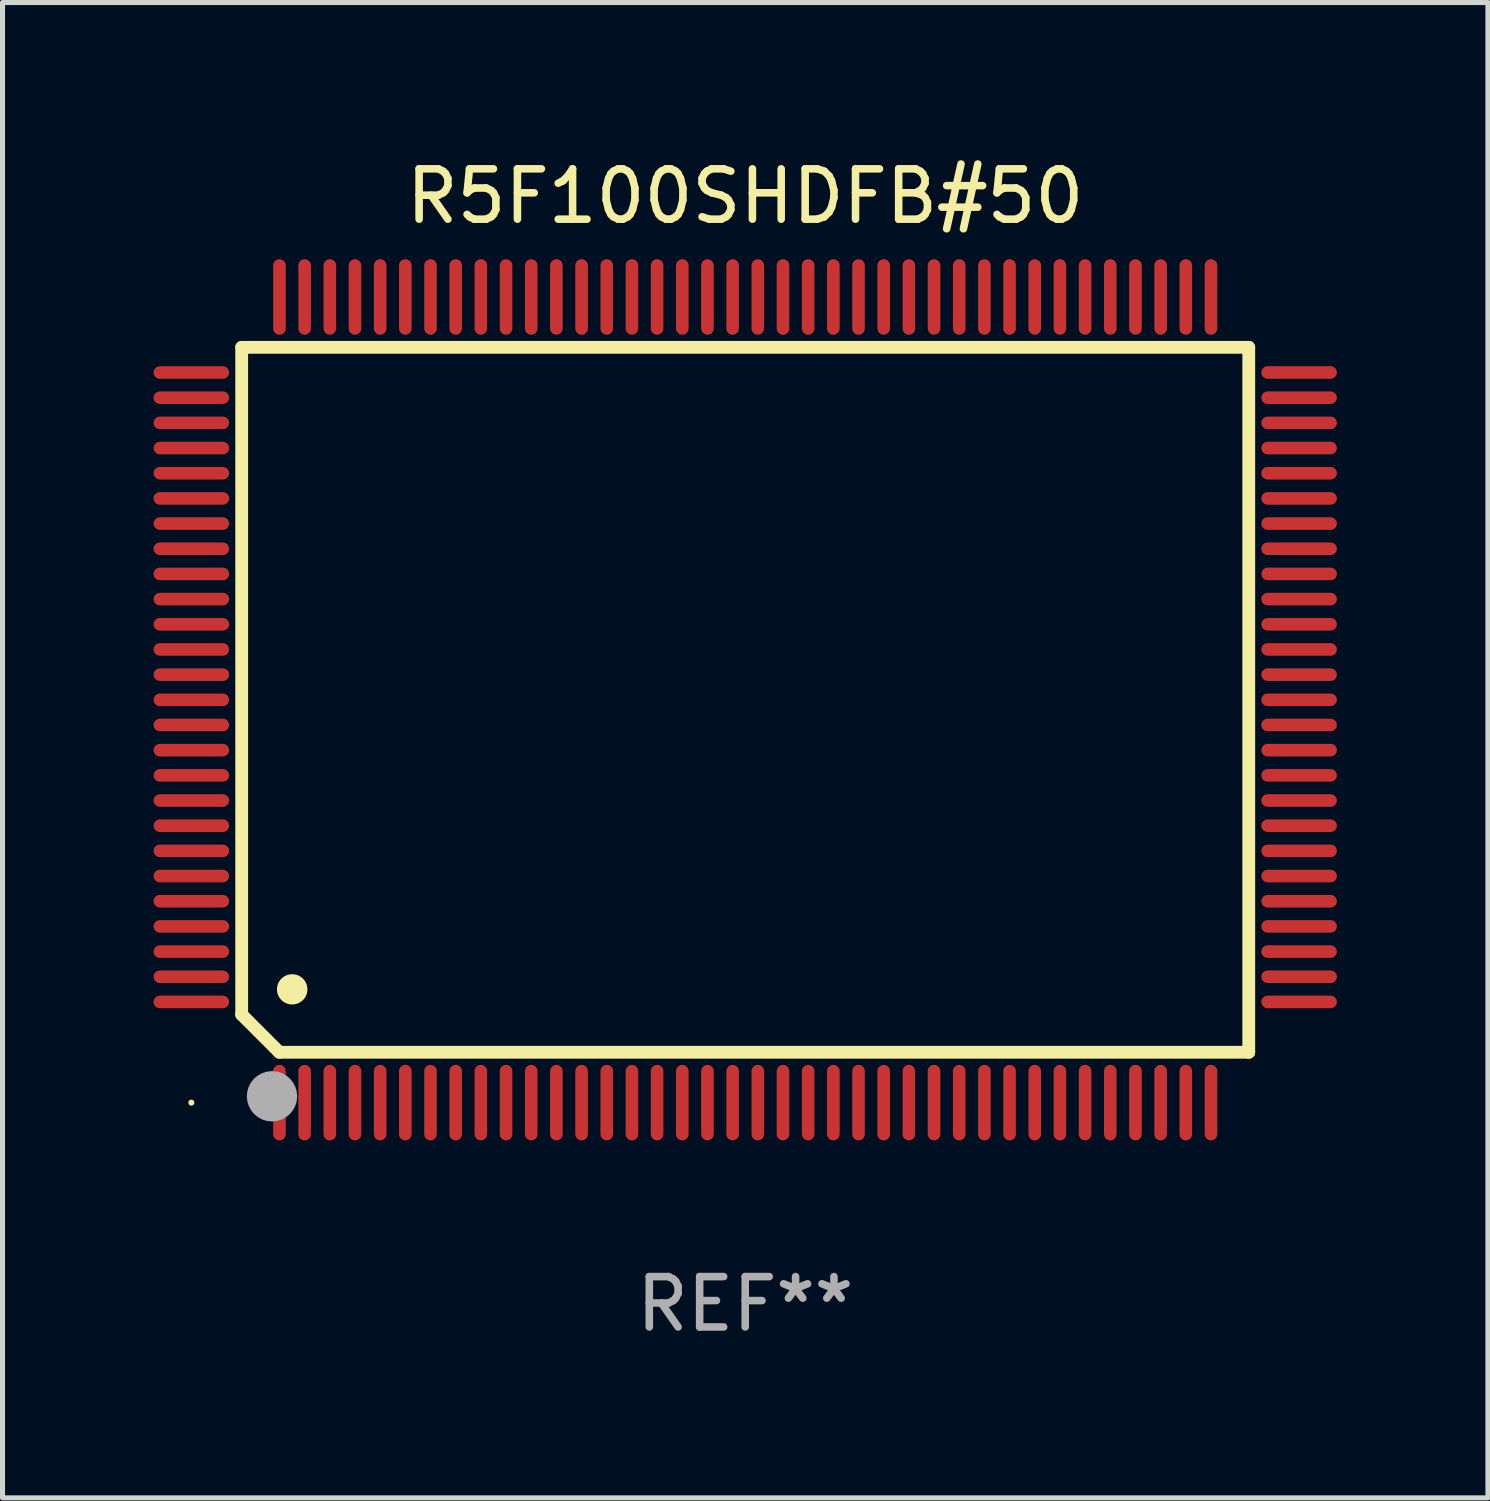
<source format=kicad_pcb>
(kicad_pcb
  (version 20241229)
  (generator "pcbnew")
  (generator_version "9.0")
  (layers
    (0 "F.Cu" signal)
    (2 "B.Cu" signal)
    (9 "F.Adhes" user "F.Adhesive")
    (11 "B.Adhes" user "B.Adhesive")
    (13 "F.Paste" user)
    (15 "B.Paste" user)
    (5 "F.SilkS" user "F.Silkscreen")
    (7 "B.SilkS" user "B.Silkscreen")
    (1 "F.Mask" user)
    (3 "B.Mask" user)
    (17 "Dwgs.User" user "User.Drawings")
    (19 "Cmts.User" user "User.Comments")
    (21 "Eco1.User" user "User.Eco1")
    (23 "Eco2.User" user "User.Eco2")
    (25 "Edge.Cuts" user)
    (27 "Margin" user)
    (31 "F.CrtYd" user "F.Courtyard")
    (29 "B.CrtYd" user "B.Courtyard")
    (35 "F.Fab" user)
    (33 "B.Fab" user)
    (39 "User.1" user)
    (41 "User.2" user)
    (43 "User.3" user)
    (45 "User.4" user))
  (footprint "R5F100SHDFB#50"
    (layer "F.Cu")
    (at 11.75 10.848)
    (property "Reference" "R5F100SHDFB#50" (at 0 -10 0) (layer "F.SilkS") (effects (font (size 1 1) (thickness 0.15))))
    (attr through_hole)
    (fp_line (start -10 -7) (end -10 6.25) (stroke (width 0.254) (type solid)) (layer "F.SilkS"))
    (fp_line (start -10 -7) (end 10 -7) (stroke (width 0.254) (type solid)) (layer "F.SilkS"))
    (fp_line (start -9.252 7) (end -10 6.252) (stroke (width 0.254) (type solid)) (layer "F.SilkS"))
    (fp_line (start 10 -7) (end 10 7) (stroke (width 0.254) (type solid)) (layer "F.SilkS"))
    (fp_line (start 10 7) (end -9.252 7) (stroke (width 0.254) (type solid)) (layer "F.SilkS"))
    (fp_arc (start -9.000025 5.750013) (mid -8.997485 5.750002) (end -8.994945 5.750013) (stroke (width 0.6) (type solid)) (layer "F.SilkS"))
    (fp_circle (center -11 8) (end -10.97 8) (stroke (width 0.06) (type solid)) (fill no) (layer "F.SilkS"))
    (fp_circle (center -9.398 7.874) (end -9.148 7.874) (stroke (width 0.5) (type solid)) (fill no) (layer "F.Fab"))
    (fp_text user "REF**" (at 0 12 0) (layer "F.Fab") (effects (font (size 1 1) (thickness 0.15))))
    (pad "1" smd oval (at -9.25 8) (size 0.25 1.5) (layers "F.Cu" "F.Mask" "F.Paste"))
    (pad "2" smd oval (at -8.75 8) (size 0.25 1.5) (layers "F.Cu" "F.Mask" "F.Paste"))
    (pad "3" smd oval (at -8.25 8) (size 0.25 1.5) (layers "F.Cu" "F.Mask" "F.Paste"))
    (pad "4" smd oval (at -7.75 8) (size 0.25 1.5) (layers "F.Cu" "F.Mask" "F.Paste"))
    (pad "5" smd oval (at -7.25 8) (size 0.25 1.5) (layers "F.Cu" "F.Mask" "F.Paste"))
    (pad "6" smd oval (at -6.75 8) (size 0.25 1.5) (layers "F.Cu" "F.Mask" "F.Paste"))
    (pad "7" smd oval (at -6.25 8) (size 0.25 1.5) (layers "F.Cu" "F.Mask" "F.Paste"))
    (pad "8" smd oval (at -5.75 8) (size 0.25 1.5) (layers "F.Cu" "F.Mask" "F.Paste"))
    (pad "9" smd oval (at -5.25 8) (size 0.25 1.5) (layers "F.Cu" "F.Mask" "F.Paste"))
    (pad "10" smd oval (at -4.75 8) (size 0.25 1.5) (layers "F.Cu" "F.Mask" "F.Paste"))
    (pad "11" smd oval (at -4.25 8) (size 0.25 1.5) (layers "F.Cu" "F.Mask" "F.Paste"))
    (pad "12" smd oval (at -3.75 8) (size 0.25 1.5) (layers "F.Cu" "F.Mask" "F.Paste"))
    (pad "13" smd oval (at -3.25 8) (size 0.25 1.5) (layers "F.Cu" "F.Mask" "F.Paste"))
    (pad "14" smd oval (at -2.75 8) (size 0.25 1.5) (layers "F.Cu" "F.Mask" "F.Paste"))
    (pad "15" smd oval (at -2.25 8) (size 0.25 1.5) (layers "F.Cu" "F.Mask" "F.Paste"))
    (pad "16" smd oval (at -1.75 8) (size 0.25 1.5) (layers "F.Cu" "F.Mask" "F.Paste"))
    (pad "17" smd oval (at -1.25 8) (size 0.25 1.5) (layers "F.Cu" "F.Mask" "F.Paste"))
    (pad "18" smd oval (at -0.75 8) (size 0.25 1.5) (layers "F.Cu" "F.Mask" "F.Paste"))
    (pad "19" smd oval (at -0.25 8) (size 0.25 1.5) (layers "F.Cu" "F.Mask" "F.Paste"))
    (pad "20" smd oval (at 0.25 8) (size 0.25 1.5) (layers "F.Cu" "F.Mask" "F.Paste"))
    (pad "21" smd oval (at 0.75 8) (size 0.25 1.5) (layers "F.Cu" "F.Mask" "F.Paste"))
    (pad "22" smd oval (at 1.25 8) (size 0.25 1.5) (layers "F.Cu" "F.Mask" "F.Paste"))
    (pad "23" smd oval (at 1.75 8) (size 0.25 1.5) (layers "F.Cu" "F.Mask" "F.Paste"))
    (pad "24" smd oval (at 2.25 8) (size 0.25 1.5) (layers "F.Cu" "F.Mask" "F.Paste"))
    (pad "25" smd oval (at 2.75 8) (size 0.25 1.5) (layers "F.Cu" "F.Mask" "F.Paste"))
    (pad "26" smd oval (at 3.25 8) (size 0.25 1.5) (layers "F.Cu" "F.Mask" "F.Paste"))
    (pad "27" smd oval (at 3.75 8) (size 0.25 1.5) (layers "F.Cu" "F.Mask" "F.Paste"))
    (pad "28" smd oval (at 4.25 8) (size 0.25 1.5) (layers "F.Cu" "F.Mask" "F.Paste"))
    (pad "29" smd oval (at 4.75 8) (size 0.25 1.5) (layers "F.Cu" "F.Mask" "F.Paste"))
    (pad "30" smd oval (at 5.25 8) (size 0.25 1.5) (layers "F.Cu" "F.Mask" "F.Paste"))
    (pad "31" smd oval (at 5.75 8) (size 0.25 1.5) (layers "F.Cu" "F.Mask" "F.Paste"))
    (pad "32" smd oval (at 6.25 8) (size 0.25 1.5) (layers "F.Cu" "F.Mask" "F.Paste"))
    (pad "33" smd oval (at 6.75 8 180) (size 0.25 1.5) (layers "F.Cu" "F.Mask" "F.Paste"))
    (pad "34" smd oval (at 7.25 8 180) (size 0.25 1.5) (layers "F.Cu" "F.Mask" "F.Paste"))
    (pad "35" smd oval (at 7.75 8 180) (size 0.25 1.5) (layers "F.Cu" "F.Mask" "F.Paste"))
    (pad "36" smd oval (at 8.25 8 180) (size 0.25 1.5) (layers "F.Cu" "F.Mask" "F.Paste"))
    (pad "37" smd oval (at 8.75 8 180) (size 0.25 1.5) (layers "F.Cu" "F.Mask" "F.Paste"))
    (pad "38" smd oval (at 9.25 8 180) (size 0.25 1.5) (layers "F.Cu" "F.Mask" "F.Paste"))
    (pad "39" smd oval (at 11 6 270) (size 0.25 1.5) (layers "F.Cu" "F.Mask" "F.Paste"))
    (pad "40" smd oval (at 11 5.5 270) (size 0.25 1.5) (layers "F.Cu" "F.Mask" "F.Paste"))
    (pad "41" smd oval (at 11 5 270) (size 0.25 1.5) (layers "F.Cu" "F.Mask" "F.Paste"))
    (pad "42" smd oval (at 11 4.5 270) (size 0.25 1.5) (layers "F.Cu" "F.Mask" "F.Paste"))
    (pad "43" smd oval (at 11 4 270) (size 0.25 1.5) (layers "F.Cu" "F.Mask" "F.Paste"))
    (pad "44" smd oval (at 11 3.5 270) (size 0.25 1.5) (layers "F.Cu" "F.Mask" "F.Paste"))
    (pad "45" smd oval (at 11 3 270) (size 0.25 1.5) (layers "F.Cu" "F.Mask" "F.Paste"))
    (pad "46" smd oval (at 11 2.5 270) (size 0.25 1.5) (layers "F.Cu" "F.Mask" "F.Paste"))
    (pad "47" smd oval (at 11 2 270) (size 0.25 1.5) (layers "F.Cu" "F.Mask" "F.Paste"))
    (pad "48" smd oval (at 11 1.5 270) (size 0.25 1.5) (layers "F.Cu" "F.Mask" "F.Paste"))
    (pad "49" smd oval (at 11 1 270) (size 0.25 1.5) (layers "F.Cu" "F.Mask" "F.Paste"))
    (pad "50" smd oval (at 11 0.5 270) (size 0.25 1.5) (layers "F.Cu" "F.Mask" "F.Paste"))
    (pad "51" smd oval (at 11 0 270) (size 0.25 1.5) (layers "F.Cu" "F.Mask" "F.Paste"))
    (pad "52" smd oval (at 11 -0.5 270) (size 0.25 1.5) (layers "F.Cu" "F.Mask" "F.Paste"))
    (pad "53" smd oval (at 11 -1 270) (size 0.25 1.5) (layers "F.Cu" "F.Mask" "F.Paste"))
    (pad "54" smd oval (at 11 -1.5 270) (size 0.25 1.5) (layers "F.Cu" "F.Mask" "F.Paste"))
    (pad "55" smd oval (at 11 -2 270) (size 0.25 1.5) (layers "F.Cu" "F.Mask" "F.Paste"))
    (pad "56" smd oval (at 11 -2.5 270) (size 0.25 1.5) (layers "F.Cu" "F.Mask" "F.Paste"))
    (pad "57" smd oval (at 11 -3 270) (size 0.25 1.5) (layers "F.Cu" "F.Mask" "F.Paste"))
    (pad "58" smd oval (at 11 -3.5 270) (size 0.25 1.5) (layers "F.Cu" "F.Mask" "F.Paste"))
    (pad "59" smd oval (at 11 -4 270) (size 0.25 1.5) (layers "F.Cu" "F.Mask" "F.Paste"))
    (pad "60" smd oval (at 11 -4.5 270) (size 0.25 1.5) (layers "F.Cu" "F.Mask" "F.Paste"))
    (pad "61" smd oval (at 11 -5 270) (size 0.25 1.5) (layers "F.Cu" "F.Mask" "F.Paste"))
    (pad "62" smd oval (at 11 -5.5 270) (size 0.25 1.5) (layers "F.Cu" "F.Mask" "F.Paste"))
    (pad "63" smd oval (at 11 -6 270) (size 0.25 1.5) (layers "F.Cu" "F.Mask" "F.Paste"))
    (pad "64" smd oval (at 11 -6.5 270) (size 0.25 1.5) (layers "F.Cu" "F.Mask" "F.Paste"))
    (pad "65" smd oval (at 9.25 -8 180) (size 0.25 1.5) (layers "F.Cu" "F.Mask" "F.Paste"))
    (pad "66" smd oval (at 8.75 -8 180) (size 0.25 1.5) (layers "F.Cu" "F.Mask" "F.Paste"))
    (pad "67" smd oval (at 8.25 -8 180) (size 0.25 1.5) (layers "F.Cu" "F.Mask" "F.Paste"))
    (pad "68" smd oval (at 7.75 -8 180) (size 0.25 1.5) (layers "F.Cu" "F.Mask" "F.Paste"))
    (pad "69" smd oval (at 7.25 -8 180) (size 0.25 1.5) (layers "F.Cu" "F.Mask" "F.Paste"))
    (pad "70" smd oval (at 6.75 -8 180) (size 0.25 1.5) (layers "F.Cu" "F.Mask" "F.Paste"))
    (pad "71" smd oval (at 6.25 -8 180) (size 0.25 1.5) (layers "F.Cu" "F.Mask" "F.Paste"))
    (pad "72" smd oval (at 5.75 -8 180) (size 0.25 1.5) (layers "F.Cu" "F.Mask" "F.Paste"))
    (pad "73" smd oval (at 5.25 -8 180) (size 0.25 1.5) (layers "F.Cu" "F.Mask" "F.Paste"))
    (pad "74" smd oval (at 4.75 -8 180) (size 0.25 1.5) (layers "F.Cu" "F.Mask" "F.Paste"))
    (pad "75" smd oval (at 4.25 -8 180) (size 0.25 1.5) (layers "F.Cu" "F.Mask" "F.Paste"))
    (pad "76" smd oval (at 3.75 -8 180) (size 0.25 1.5) (layers "F.Cu" "F.Mask" "F.Paste"))
    (pad "77" smd oval (at 3.25 -8 180) (size 0.25 1.5) (layers "F.Cu" "F.Mask" "F.Paste"))
    (pad "78" smd oval (at 2.75 -8 180) (size 0.25 1.5) (layers "F.Cu" "F.Mask" "F.Paste"))
    (pad "79" smd oval (at 2.25 -8 180) (size 0.25 1.5) (layers "F.Cu" "F.Mask" "F.Paste"))
    (pad "80" smd oval (at 1.75 -8 180) (size 0.25 1.5) (layers "F.Cu" "F.Mask" "F.Paste"))
    (pad "81" smd oval (at 1.25 -8 180) (size 0.25 1.5) (layers "F.Cu" "F.Mask" "F.Paste"))
    (pad "82" smd oval (at 0.75 -8 180) (size 0.25 1.5) (layers "F.Cu" "F.Mask" "F.Paste"))
    (pad "83" smd oval (at 0.25 -8 180) (size 0.25 1.5) (layers "F.Cu" "F.Mask" "F.Paste"))
    (pad "84" smd oval (at -0.25 -8 180) (size 0.25 1.5) (layers "F.Cu" "F.Mask" "F.Paste"))
    (pad "85" smd oval (at -0.75 -8 180) (size 0.25 1.5) (layers "F.Cu" "F.Mask" "F.Paste"))
    (pad "86" smd oval (at -1.25 -8 180) (size 0.25 1.5) (layers "F.Cu" "F.Mask" "F.Paste"))
    (pad "87" smd oval (at -1.75 -8 180) (size 0.25 1.5) (layers "F.Cu" "F.Mask" "F.Paste"))
    (pad "88" smd oval (at -2.25 -8 180) (size 0.25 1.5) (layers "F.Cu" "F.Mask" "F.Paste"))
    (pad "89" smd oval (at -2.75 -8 180) (size 0.25 1.5) (layers "F.Cu" "F.Mask" "F.Paste"))
    (pad "90" smd oval (at -3.25 -8 180) (size 0.25 1.5) (layers "F.Cu" "F.Mask" "F.Paste"))
    (pad "91" smd oval (at -3.75 -8 180) (size 0.25 1.5) (layers "F.Cu" "F.Mask" "F.Paste"))
    (pad "92" smd oval (at -4.25 -8 180) (size 0.25 1.5) (layers "F.Cu" "F.Mask" "F.Paste"))
    (pad "93" smd oval (at -4.75 -8 180) (size 0.25 1.5) (layers "F.Cu" "F.Mask" "F.Paste"))
    (pad "94" smd oval (at -5.25 -8 180) (size 0.25 1.5) (layers "F.Cu" "F.Mask" "F.Paste"))
    (pad "95" smd oval (at -5.75 -8 180) (size 0.25 1.5) (layers "F.Cu" "F.Mask" "F.Paste"))
    (pad "96" smd oval (at -6.25 -8 180) (size 0.25 1.5) (layers "F.Cu" "F.Mask" "F.Paste"))
    (pad "97" smd oval (at -6.75 -8 180) (size 0.25 1.5) (layers "F.Cu" "F.Mask" "F.Paste"))
    (pad "98" smd oval (at -7.25 -8 180) (size 0.25 1.5) (layers "F.Cu" "F.Mask" "F.Paste"))
    (pad "99" smd oval (at -7.75 -8 180) (size 0.25 1.5) (layers "F.Cu" "F.Mask" "F.Paste"))
    (pad "100" smd oval (at -8.25 -8 180) (size 0.25 1.5) (layers "F.Cu" "F.Mask" "F.Paste"))
    (pad "101" smd oval (at -8.75 -8 180) (size 0.25 1.5) (layers "F.Cu" "F.Mask" "F.Paste"))
    (pad "102" smd oval (at -9.25 -8) (size 0.25 1.5) (layers "F.Cu" "F.Mask" "F.Paste"))
    (pad "103" smd oval (at -11 -6.5 270) (size 0.25 1.5) (layers "F.Cu" "F.Mask" "F.Paste"))
    (pad "104" smd oval (at -11 -6 270) (size 0.25 1.5) (layers "F.Cu" "F.Mask" "F.Paste"))
    (pad "105" smd oval (at -11 -5.5 270) (size 0.25 1.5) (layers "F.Cu" "F.Mask" "F.Paste"))
    (pad "106" smd oval (at -11 -5 270) (size 0.25 1.5) (layers "F.Cu" "F.Mask" "F.Paste"))
    (pad "107" smd oval (at -11 -4.5 270) (size 0.25 1.5) (layers "F.Cu" "F.Mask" "F.Paste"))
    (pad "108" smd oval (at -11 -4 270) (size 0.25 1.5) (layers "F.Cu" "F.Mask" "F.Paste"))
    (pad "109" smd oval (at -11 -3.5 270) (size 0.25 1.5) (layers "F.Cu" "F.Mask" "F.Paste"))
    (pad "110" smd oval (at -11 -3 270) (size 0.25 1.5) (layers "F.Cu" "F.Mask" "F.Paste"))
    (pad "111" smd oval (at -11 -2.5 270) (size 0.25 1.5) (layers "F.Cu" "F.Mask" "F.Paste"))
    (pad "112" smd oval (at -11 -2 270) (size 0.25 1.5) (layers "F.Cu" "F.Mask" "F.Paste"))
    (pad "113" smd oval (at -11 -1.5 270) (size 0.25 1.5) (layers "F.Cu" "F.Mask" "F.Paste"))
    (pad "114" smd oval (at -11 -1 270) (size 0.25 1.5) (layers "F.Cu" "F.Mask" "F.Paste"))
    (pad "115" smd oval (at -11 -0.5 270) (size 0.25 1.5) (layers "F.Cu" "F.Mask" "F.Paste"))
    (pad "116" smd oval (at -11 0 270) (size 0.25 1.5) (layers "F.Cu" "F.Mask" "F.Paste"))
    (pad "117" smd oval (at -11 0.5 270) (size 0.25 1.5) (layers "F.Cu" "F.Mask" "F.Paste"))
    (pad "118" smd oval (at -11 1 270) (size 0.25 1.5) (layers "F.Cu" "F.Mask" "F.Paste"))
    (pad "119" smd oval (at -11 1.5 270) (size 0.25 1.5) (layers "F.Cu" "F.Mask" "F.Paste"))
    (pad "120" smd oval (at -11 2 270) (size 0.25 1.5) (layers "F.Cu" "F.Mask" "F.Paste"))
    (pad "121" smd oval (at -11 2.5 270) (size 0.25 1.5) (layers "F.Cu" "F.Mask" "F.Paste"))
    (pad "122" smd oval (at -11 3 270) (size 0.25 1.5) (layers "F.Cu" "F.Mask" "F.Paste"))
    (pad "123" smd oval (at -11 3.5 270) (size 0.25 1.5) (layers "F.Cu" "F.Mask" "F.Paste"))
    (pad "124" smd oval (at -11 4 270) (size 0.25 1.5) (layers "F.Cu" "F.Mask" "F.Paste"))
    (pad "125" smd oval (at -11 4.5 270) (size 0.25 1.5) (layers "F.Cu" "F.Mask" "F.Paste"))
    (pad "126" smd oval (at -11 5 270) (size 0.25 1.5) (layers "F.Cu" "F.Mask" "F.Paste"))
    (pad "127" smd oval (at -11 5.5 270) (size 0.25 1.5) (layers "F.Cu" "F.Mask" "F.Paste"))
    (pad "128" smd oval (at -11 6 270) (size 0.25 1.5) (layers "F.Cu" "F.Mask" "F.Paste")))
  (gr_rect
    (start -3 -3)
    (end 26.5 26.697)
    (stroke (width 0.1) (type default))
    (fill no)
    (layer "Edge.Cuts")))
</source>
